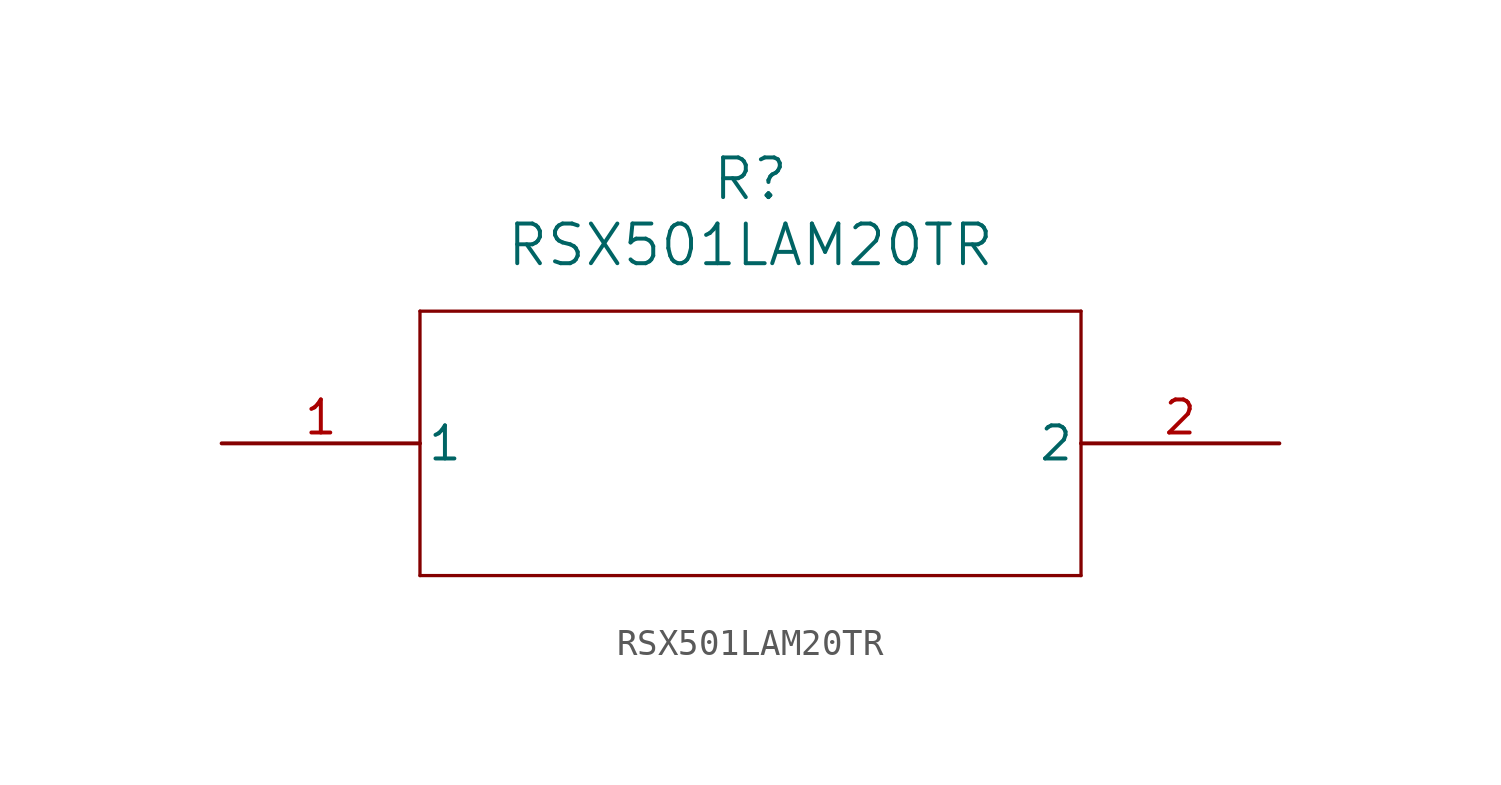
<source format=kicad_sym>
(kicad_symbol_lib
  (version 20211014)
  (generator kicad_symbol_editor)
  (symbol "RSX501LAM20TR"
    (pin_names
      (offset 0.254))
    (property "Reference" "R"
      (at 20.32 10.16 0)
      (effects (font (size 1.524 1.524))))
    (property "Value" "RSX501LAM20TR"
      (at 20.32 7.62 0)
      (effects (font (size 1.524 1.524))))
    (symbol "RSX501LAM20TR_0_1"
      (polyline (pts (xy 7.62 5.08) (xy 7.62 -5.08)) (stroke (width 0.127) (type default) (color 0 0 0 0)) (fill (type none)))
      (polyline (pts (xy 7.62 -5.08) (xy 33.02 -5.08)) (stroke (width 0.127) (type default) (color 0 0 0 0)) (fill (type none)))
      (polyline (pts (xy 33.02 -5.08) (xy 33.02 5.08)) (stroke (width 0.127) (type default) (color 0 0 0 0)) (fill (type none)))
      (polyline (pts (xy 33.02 5.08) (xy 7.62 5.08)) (stroke (width 0.127) (type default) (color 0 0 0 0)) (fill (type none)))
      (pin unspecified line (at 0 0 0) (length 7.62) (name "1" (effects (font (size 1.27 1.27)))) (number "1" (effects (font (size 1.27 1.27)))))
      (pin unspecified line (at 40.64 0 180) (length 7.62) (name "2" (effects (font (size 1.27 1.27)))) (number "2" (effects (font (size 1.27 1.27))))))))
</source>
